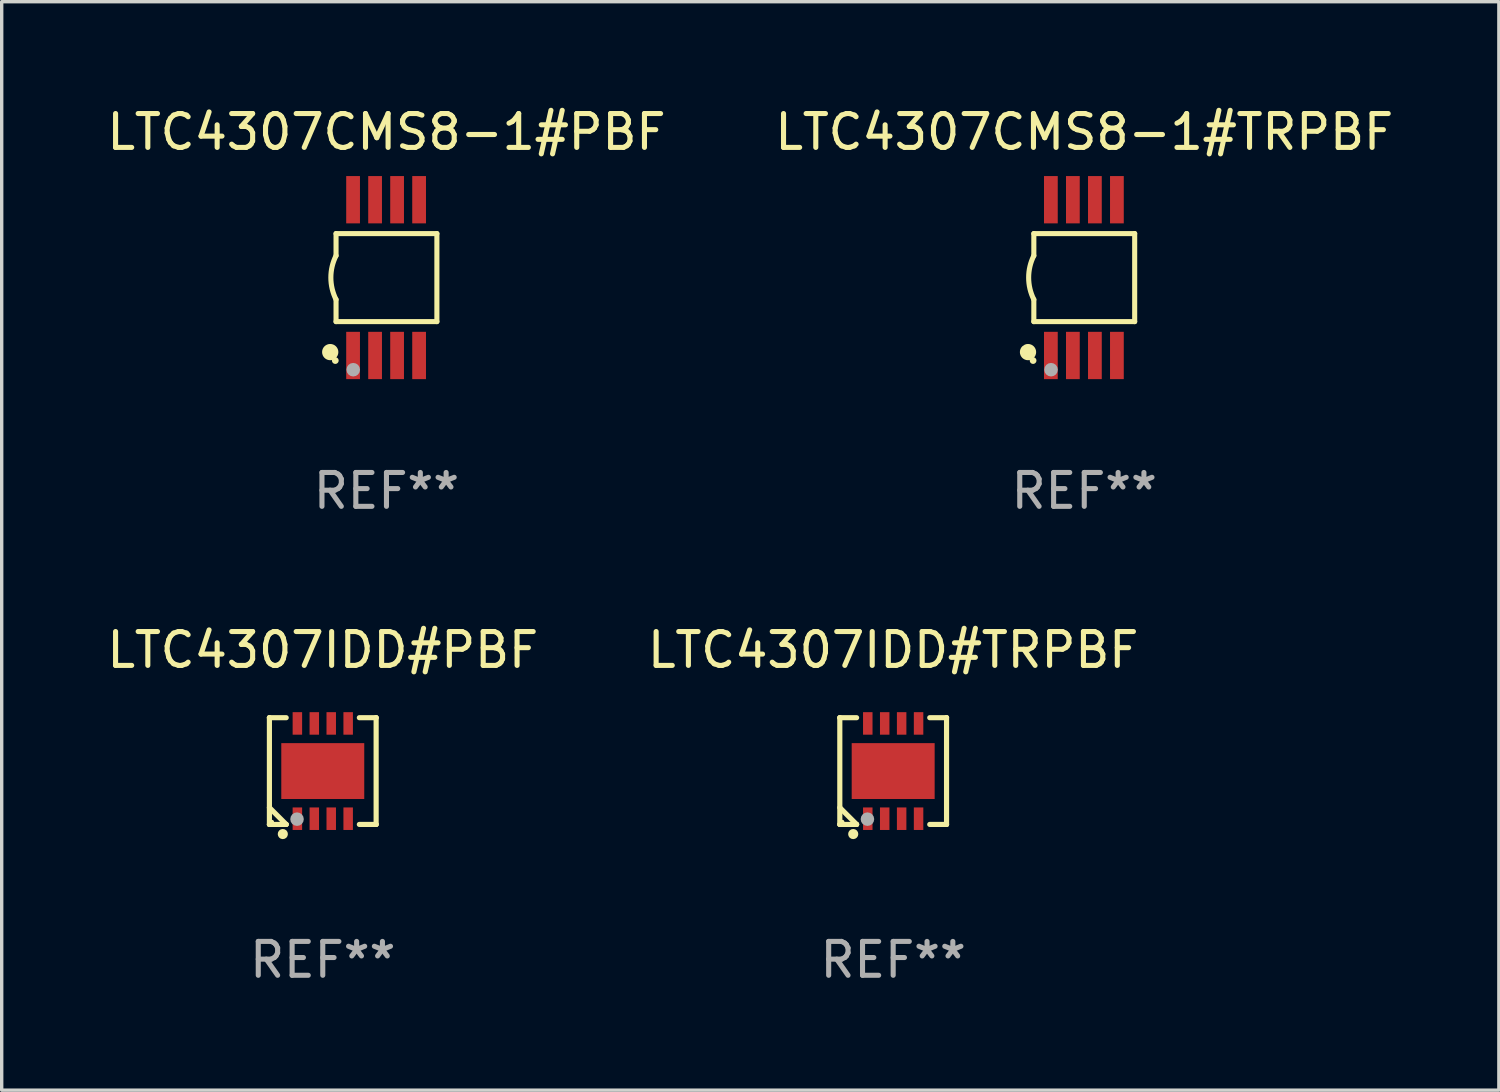
<source format=kicad_pcb>
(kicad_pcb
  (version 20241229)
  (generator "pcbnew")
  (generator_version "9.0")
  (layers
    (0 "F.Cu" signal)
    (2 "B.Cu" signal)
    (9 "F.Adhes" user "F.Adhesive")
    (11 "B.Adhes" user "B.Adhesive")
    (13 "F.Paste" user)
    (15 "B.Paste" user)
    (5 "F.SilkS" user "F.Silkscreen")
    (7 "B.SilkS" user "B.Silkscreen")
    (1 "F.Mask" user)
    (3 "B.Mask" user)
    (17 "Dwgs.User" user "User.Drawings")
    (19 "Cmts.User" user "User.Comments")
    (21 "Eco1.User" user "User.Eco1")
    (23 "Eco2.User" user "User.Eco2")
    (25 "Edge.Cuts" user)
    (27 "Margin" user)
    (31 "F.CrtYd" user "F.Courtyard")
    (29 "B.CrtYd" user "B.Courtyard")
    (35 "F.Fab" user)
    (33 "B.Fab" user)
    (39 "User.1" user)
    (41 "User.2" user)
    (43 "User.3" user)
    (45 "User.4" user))
  (footprint "LTC4307IDD#PBF"
    (layer "F.Cu")
    (at 6.482 19.721)
    (property "Reference" "LTC4307IDD#PBF" (at 0 -3.576 0) (layer "F.SilkS") (effects (font (size 1 1) (thickness 0.15))))
    (attr through_hole)
    (fp_line (start -1.576 -1.576) (end -1.576 -1.576) (stroke (width 0.152) (type solid)) (layer "F.SilkS"))
    (fp_line (start -1.576 -1.576) (end -1.08 -1.576) (stroke (width 0.152) (type solid)) (layer "F.SilkS"))
    (fp_line (start -1.576 1.576) (end -1.576 -1.576) (stroke (width 0.152) (type solid)) (layer "F.SilkS"))
    (fp_line (start -1.576 1.576) (end -1.576 1.576) (stroke (width 0.152) (type solid)) (layer "F.SilkS"))
    (fp_line (start -1.08 1.575) (end -1.576 1.079) (stroke (width 0.152) (type solid)) (layer "F.SilkS"))
    (fp_line (start -1.08 1.576) (end -1.576 1.576) (stroke (width 0.152) (type solid)) (layer "F.SilkS"))
    (fp_line (start -1.08 1.576) (end -1.08 1.575) (stroke (width 0.152) (type solid)) (layer "F.SilkS"))
    (fp_line (start 1.08 1.576) (end 1.576 1.576) (stroke (width 0.152) (type solid)) (layer "F.SilkS"))
    (fp_line (start 1.576 -1.576) (end 1.08 -1.576) (stroke (width 0.152) (type solid)) (layer "F.SilkS"))
    (fp_line (start 1.576 -1.576) (end 1.576 -1.576) (stroke (width 0.152) (type solid)) (layer "F.SilkS"))
    (fp_line (start 1.576 1.576) (end 1.576 -1.576) (stroke (width 0.152) (type solid)) (layer "F.SilkS"))
    (fp_line (start 1.576 1.576) (end 1.576 1.576) (stroke (width 0.152) (type solid)) (layer "F.SilkS"))
    (fp_circle (center -1.5 1.5) (end -1.47 1.5) (stroke (width 0.06) (type solid)) (fill no) (layer "F.SilkS"))
    (fp_circle (center -1.18 1.86) (end -1.105 1.86) (stroke (width 0.15) (type solid)) (fill no) (layer "F.SilkS"))
    (fp_circle (center -0.76 1.42) (end -0.66 1.42) (stroke (width 0.2) (type solid)) (fill no) (layer "F.Fab"))
    (fp_text user "REF**" (at 0 5.576 0) (layer "F.Fab") (effects (font (size 1 1) (thickness 0.15))))
    (pad "1" smd rect (at -0.75 1.407) (size 0.28 0.665) (layers "F.Cu" "F.Mask" "F.Paste"))
    (pad "2" smd rect (at -0.25 1.407) (size 0.28 0.665) (layers "F.Cu" "F.Mask" "F.Paste"))
    (pad "3" smd rect (at 0.25 1.407) (size 0.28 0.665) (layers "F.Cu" "F.Mask" "F.Paste"))
    (pad "4" smd rect (at 0.75 1.407) (size 0.28 0.665) (layers "F.Cu" "F.Mask" "F.Paste"))
    (pad "5" smd rect (at 0.75 -1.407) (size 0.28 0.665) (layers "F.Cu" "F.Mask" "F.Paste"))
    (pad "6" smd rect (at 0.25 -1.407) (size 0.28 0.665) (layers "F.Cu" "F.Mask" "F.Paste"))
    (pad "7" smd rect (at -0.25 -1.407) (size 0.28 0.665) (layers "F.Cu" "F.Mask" "F.Paste"))
    (pad "8" smd rect (at -0.75 -1.407) (size 0.28 0.665) (layers "F.Cu" "F.Mask" "F.Paste"))
    (pad "9" smd rect (at 0 0) (size 2.45 1.65) (layers "F.Cu" "F.Mask" "F.Paste")))
  (footprint "LTC4307CMS8-1#TRPBF"
    (layer "F.Cu")
    (at 28.97 5.148)
    (property "Reference" "LTC4307CMS8-1#TRPBF" (at 0 -4.3 0) (layer "F.SilkS") (effects (font (size 1 1) (thickness 0.15))))
    (attr through_hole)
    (fp_line (start -1.489 -1.3) (end -1.489 -0.648) (stroke (width 0.15) (type solid)) (layer "F.SilkS"))
    (fp_line (start -1.489 0.648) (end -1.489 1.3) (stroke (width 0.15) (type solid)) (layer "F.SilkS"))
    (fp_line (start -1.489 1.3) (end 1.489 1.3) (stroke (width 0.15) (type solid)) (layer "F.SilkS"))
    (fp_line (start 1.489 -1.3) (end -1.489 -1.3) (stroke (width 0.15) (type solid)) (layer "F.SilkS"))
    (fp_line (start 1.489 1.3) (end 1.489 -1.3) (stroke (width 0.15) (type solid)) (layer "F.SilkS"))
    (fp_arc (start -1.489205 0.647702) (mid -1.642107 0) (end -1.489205 -0.647701) (stroke (width 0.150013) (type solid)) (layer "F.SilkS"))
    (fp_circle (center -1.661 2.2) (end -1.541 2.2) (stroke (width 0.24) (type solid)) (fill no) (layer "F.SilkS"))
    (fp_circle (center -1.511 2.45) (end -1.461 2.45) (stroke (width 0.1) (type solid)) (fill no) (layer "F.SilkS"))
    (fp_circle (center -0.981 2.72) (end -0.881 2.72) (stroke (width 0.2) (type solid)) (fill no) (layer "F.Fab"))
    (fp_text user "REF**" (at 0 6.3 0) (layer "F.Fab") (effects (font (size 1 1) (thickness 0.15))))
    (pad "1" smd rect (at -0.986 2.3) (size 0.406 1.397) (layers "F.Cu" "F.Mask" "F.Paste"))
    (pad "2" smd rect (at -0.336 2.3) (size 0.406 1.397) (layers "F.Cu" "F.Mask" "F.Paste"))
    (pad "3" smd rect (at 0.314 2.3) (size 0.406 1.397) (layers "F.Cu" "F.Mask" "F.Paste"))
    (pad "4" smd rect (at 0.964 2.3) (size 0.406 1.397) (layers "F.Cu" "F.Mask" "F.Paste"))
    (pad "5" smd rect (at 0.964 -2.3) (size 0.406 1.397) (layers "F.Cu" "F.Mask" "F.Paste"))
    (pad "6" smd rect (at 0.314 -2.3) (size 0.406 1.397) (layers "F.Cu" "F.Mask" "F.Paste"))
    (pad "7" smd rect (at -0.336 -2.3) (size 0.406 1.397) (layers "F.Cu" "F.Mask" "F.Paste"))
    (pad "8" smd rect (at -0.986 -2.3) (size 0.406 1.397) (layers "F.Cu" "F.Mask" "F.Paste")))
  (footprint "LTC4307IDD#TRPBF"
    (layer "F.Cu")
    (at 23.327 19.721)
    (property "Reference" "LTC4307IDD#TRPBF" (at 0 -3.576 0) (layer "F.SilkS") (effects (font (size 1 1) (thickness 0.15))))
    (attr through_hole)
    (fp_line (start -1.576 -1.576) (end -1.576 -1.576) (stroke (width 0.152) (type solid)) (layer "F.SilkS"))
    (fp_line (start -1.576 -1.576) (end -1.08 -1.576) (stroke (width 0.152) (type solid)) (layer "F.SilkS"))
    (fp_line (start -1.576 1.576) (end -1.576 -1.576) (stroke (width 0.152) (type solid)) (layer "F.SilkS"))
    (fp_line (start -1.576 1.576) (end -1.576 1.576) (stroke (width 0.152) (type solid)) (layer "F.SilkS"))
    (fp_line (start -1.08 1.575) (end -1.576 1.079) (stroke (width 0.152) (type solid)) (layer "F.SilkS"))
    (fp_line (start -1.08 1.576) (end -1.576 1.576) (stroke (width 0.152) (type solid)) (layer "F.SilkS"))
    (fp_line (start -1.08 1.576) (end -1.08 1.575) (stroke (width 0.152) (type solid)) (layer "F.SilkS"))
    (fp_line (start 1.08 1.576) (end 1.576 1.576) (stroke (width 0.152) (type solid)) (layer "F.SilkS"))
    (fp_line (start 1.576 -1.576) (end 1.08 -1.576) (stroke (width 0.152) (type solid)) (layer "F.SilkS"))
    (fp_line (start 1.576 -1.576) (end 1.576 -1.576) (stroke (width 0.152) (type solid)) (layer "F.SilkS"))
    (fp_line (start 1.576 1.576) (end 1.576 -1.576) (stroke (width 0.152) (type solid)) (layer "F.SilkS"))
    (fp_line (start 1.576 1.576) (end 1.576 1.576) (stroke (width 0.152) (type solid)) (layer "F.SilkS"))
    (fp_circle (center -1.5 1.5) (end -1.47 1.5) (stroke (width 0.06) (type solid)) (fill no) (layer "F.SilkS"))
    (fp_circle (center -1.18 1.86) (end -1.105 1.86) (stroke (width 0.15) (type solid)) (fill no) (layer "F.SilkS"))
    (fp_circle (center -0.76 1.42) (end -0.66 1.42) (stroke (width 0.2) (type solid)) (fill no) (layer "F.Fab"))
    (fp_text user "REF**" (at 0 5.576 0) (layer "F.Fab") (effects (font (size 1 1) (thickness 0.15))))
    (pad "1" smd rect (at -0.75 1.407) (size 0.28 0.665) (layers "F.Cu" "F.Mask" "F.Paste"))
    (pad "2" smd rect (at -0.25 1.407) (size 0.28 0.665) (layers "F.Cu" "F.Mask" "F.Paste"))
    (pad "3" smd rect (at 0.25 1.407) (size 0.28 0.665) (layers "F.Cu" "F.Mask" "F.Paste"))
    (pad "4" smd rect (at 0.75 1.407) (size 0.28 0.665) (layers "F.Cu" "F.Mask" "F.Paste"))
    (pad "5" smd rect (at 0.75 -1.407) (size 0.28 0.665) (layers "F.Cu" "F.Mask" "F.Paste"))
    (pad "6" smd rect (at 0.25 -1.407) (size 0.28 0.665) (layers "F.Cu" "F.Mask" "F.Paste"))
    (pad "7" smd rect (at -0.25 -1.407) (size 0.28 0.665) (layers "F.Cu" "F.Mask" "F.Paste"))
    (pad "8" smd rect (at -0.75 -1.407) (size 0.28 0.665) (layers "F.Cu" "F.Mask" "F.Paste"))
    (pad "9" smd rect (at 0 0) (size 2.45 1.65) (layers "F.Cu" "F.Mask" "F.Paste")))
  (footprint "LTC4307CMS8-1#PBF"
    (layer "F.Cu")
    (at 8.363 5.148)
    (property "Reference" "LTC4307CMS8-1#PBF" (at 0 -4.3 0) (layer "F.SilkS") (effects (font (size 1 1) (thickness 0.15))))
    (attr through_hole)
    (fp_line (start -1.489 -1.3) (end -1.489 -0.648) (stroke (width 0.15) (type solid)) (layer "F.SilkS"))
    (fp_line (start -1.489 0.648) (end -1.489 1.3) (stroke (width 0.15) (type solid)) (layer "F.SilkS"))
    (fp_line (start -1.489 1.3) (end 1.489 1.3) (stroke (width 0.15) (type solid)) (layer "F.SilkS"))
    (fp_line (start 1.489 -1.3) (end -1.489 -1.3) (stroke (width 0.15) (type solid)) (layer "F.SilkS"))
    (fp_line (start 1.489 1.3) (end 1.489 -1.3) (stroke (width 0.15) (type solid)) (layer "F.SilkS"))
    (fp_arc (start -1.489205 0.647702) (mid -1.642107 0) (end -1.489205 -0.647701) (stroke (width 0.150013) (type solid)) (layer "F.SilkS"))
    (fp_circle (center -1.661 2.2) (end -1.541 2.2) (stroke (width 0.24) (type solid)) (fill no) (layer "F.SilkS"))
    (fp_circle (center -1.511 2.45) (end -1.461 2.45) (stroke (width 0.1) (type solid)) (fill no) (layer "F.SilkS"))
    (fp_circle (center -0.981 2.72) (end -0.881 2.72) (stroke (width 0.2) (type solid)) (fill no) (layer "F.Fab"))
    (fp_text user "REF**" (at 0 6.3 0) (layer "F.Fab") (effects (font (size 1 1) (thickness 0.15))))
    (pad "1" smd rect (at -0.986 2.3) (size 0.406 1.397) (layers "F.Cu" "F.Mask" "F.Paste"))
    (pad "2" smd rect (at -0.336 2.3) (size 0.406 1.397) (layers "F.Cu" "F.Mask" "F.Paste"))
    (pad "3" smd rect (at 0.314 2.3) (size 0.406 1.397) (layers "F.Cu" "F.Mask" "F.Paste"))
    (pad "4" smd rect (at 0.964 2.3) (size 0.406 1.397) (layers "F.Cu" "F.Mask" "F.Paste"))
    (pad "5" smd rect (at 0.964 -2.3) (size 0.406 1.397) (layers "F.Cu" "F.Mask" "F.Paste"))
    (pad "6" smd rect (at 0.314 -2.3) (size 0.406 1.397) (layers "F.Cu" "F.Mask" "F.Paste"))
    (pad "7" smd rect (at -0.336 -2.3) (size 0.406 1.397) (layers "F.Cu" "F.Mask" "F.Paste"))
    (pad "8" smd rect (at -0.986 -2.3) (size 0.406 1.397) (layers "F.Cu" "F.Mask" "F.Paste")))
  (gr_rect
    (start -3 -3)
    (end 41.214 29.145)
    (stroke (width 0.1) (type default))
    (fill no)
    (layer "Edge.Cuts")))
</source>
